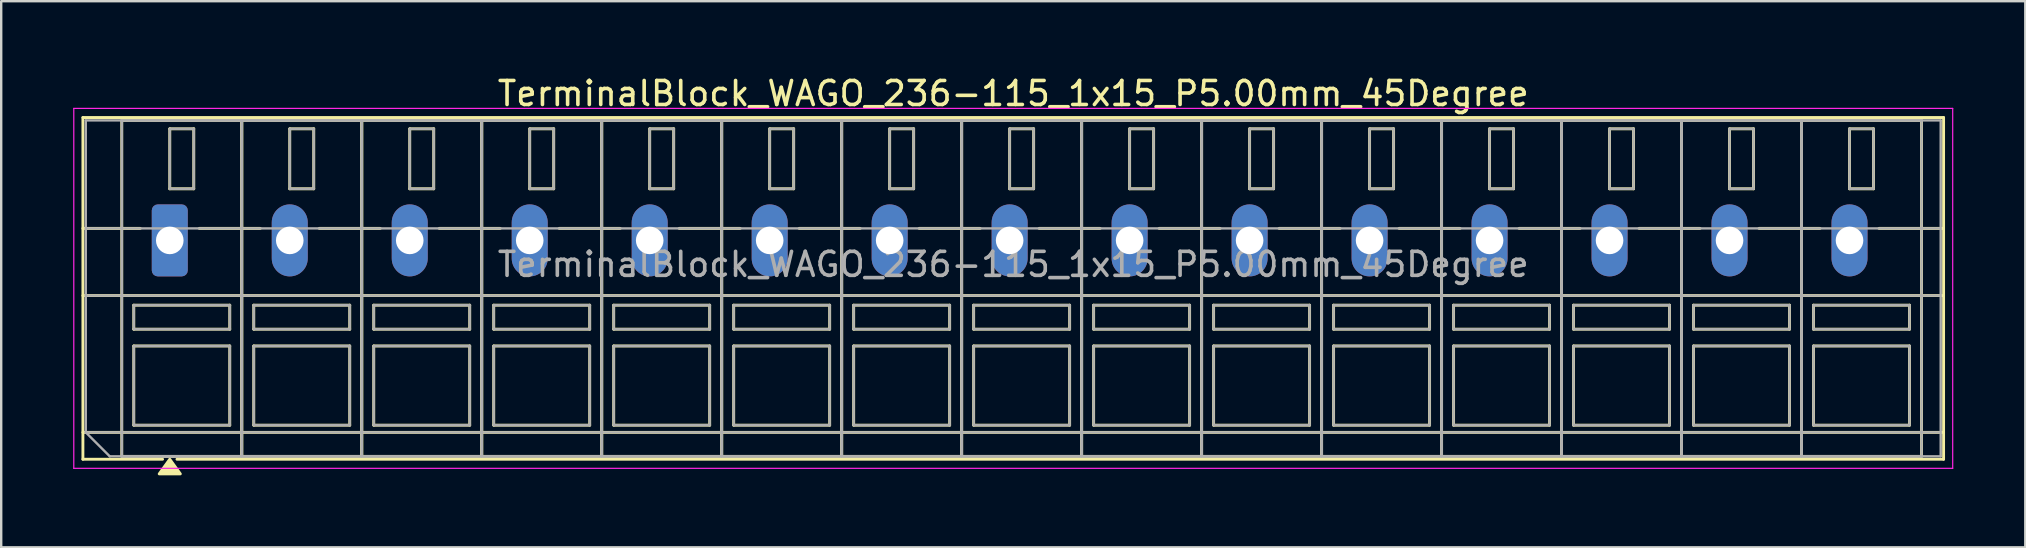
<source format=kicad_pcb>
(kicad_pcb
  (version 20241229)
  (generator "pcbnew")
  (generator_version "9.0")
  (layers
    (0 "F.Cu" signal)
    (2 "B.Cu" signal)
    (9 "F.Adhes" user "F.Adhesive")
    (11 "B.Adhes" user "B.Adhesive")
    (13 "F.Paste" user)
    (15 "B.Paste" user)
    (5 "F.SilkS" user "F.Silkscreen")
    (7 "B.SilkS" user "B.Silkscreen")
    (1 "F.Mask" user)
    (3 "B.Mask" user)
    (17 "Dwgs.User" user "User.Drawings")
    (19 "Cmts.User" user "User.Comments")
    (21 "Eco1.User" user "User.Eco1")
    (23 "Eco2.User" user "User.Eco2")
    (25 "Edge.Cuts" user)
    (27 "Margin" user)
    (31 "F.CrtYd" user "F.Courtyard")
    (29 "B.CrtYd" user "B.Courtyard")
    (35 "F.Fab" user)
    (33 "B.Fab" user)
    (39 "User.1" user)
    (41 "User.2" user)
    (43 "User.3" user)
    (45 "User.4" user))
  (footprint "TerminalBlock_WAGO_236-115_1x15_P5.00mm_45Degree"
    (layer "F.Cu")
    (at 4.025 6.968)
    (property "Reference" "TerminalBlock_WAGO_236-115_1x15_P5.00mm_45Degree" (at 35.15 -6.12 0) (layer "F.SilkS") (effects (font (size 1 1) (thickness 0.15))))
    (attr through_hole)
    (fp_line (start -3.62 -5.12) (end 73.92 -5.12) (stroke (width 0.12) (type solid)) (layer "F.SilkS"))
    (fp_line (start -3.62 -0.5) (end -1.23 -0.5) (stroke (width 0.12) (type solid)) (layer "F.SilkS"))
    (fp_line (start -3.62 2.3) (end 73.92 2.3) (stroke (width 0.12) (type solid)) (layer "F.SilkS"))
    (fp_line (start -3.62 8) (end 73.92 8) (stroke (width 0.12) (type solid)) (layer "F.SilkS"))
    (fp_line (start -3.62 9.12) (end -3.62 -5.12) (stroke (width 0.12) (type solid)) (layer "F.SilkS"))
    (fp_line (start -2 -5) (end 3 -5) (stroke (width 0.12) (type solid)) (layer "F.SilkS"))
    (fp_line (start -2 9) (end -2 -5) (stroke (width 0.12) (type solid)) (layer "F.SilkS"))
    (fp_line (start -1.5 2.7) (end 2.5 2.7) (stroke (width 0.12) (type solid)) (layer "F.SilkS"))
    (fp_line (start -1.5 3.7) (end -1.5 2.7) (stroke (width 0.12) (type solid)) (layer "F.SilkS"))
    (fp_line (start -1.5 4.4) (end 2.5 4.4) (stroke (width 0.12) (type solid)) (layer "F.SilkS"))
    (fp_line (start -1.5 7.7) (end -1.5 4.4) (stroke (width 0.12) (type solid)) (layer "F.SilkS"))
    (fp_line (start -0.3 9.12) (end -3.62 9.12) (stroke (width 0.12) (type solid)) (layer "F.SilkS"))
    (fp_line (start 0 -4.65) (end 1 -4.65) (stroke (width 0.12) (type solid)) (layer "F.SilkS"))
    (fp_line (start 0 -2.15) (end 0 -4.65) (stroke (width 0.12) (type solid)) (layer "F.SilkS"))
    (fp_line (start 1 -4.65) (end 1 -2.15) (stroke (width 0.12) (type solid)) (layer "F.SilkS"))
    (fp_line (start 1 -2.15) (end 0 -2.15) (stroke (width 0.12) (type solid)) (layer "F.SilkS"))
    (fp_line (start 1.23 -0.5) (end 3.77 -0.5) (stroke (width 0.12) (type solid)) (layer "F.SilkS"))
    (fp_line (start 2.5 2.7) (end 2.5 3.7) (stroke (width 0.12) (type solid)) (layer "F.SilkS"))
    (fp_line (start 2.5 3.7) (end -1.5 3.7) (stroke (width 0.12) (type solid)) (layer "F.SilkS"))
    (fp_line (start 2.5 4.4) (end 2.5 7.7) (stroke (width 0.12) (type solid)) (layer "F.SilkS"))
    (fp_line (start 2.5 7.7) (end -1.5 7.7) (stroke (width 0.12) (type solid)) (layer "F.SilkS"))
    (fp_line (start 3 -5) (end 3 9) (stroke (width 0.12) (type solid)) (layer "F.SilkS"))
    (fp_line (start 3 -5) (end 8 -5) (stroke (width 0.12) (type solid)) (layer "F.SilkS"))
    (fp_line (start 3 9) (end -2 9) (stroke (width 0.12) (type solid)) (layer "F.SilkS"))
    (fp_line (start 3 9) (end 3 -5) (stroke (width 0.12) (type solid)) (layer "F.SilkS"))
    (fp_line (start 3.5 2.7) (end 7.5 2.7) (stroke (width 0.12) (type solid)) (layer "F.SilkS"))
    (fp_line (start 3.5 3.7) (end 3.5 2.7) (stroke (width 0.12) (type solid)) (layer "F.SilkS"))
    (fp_line (start 3.5 4.4) (end 7.5 4.4) (stroke (width 0.12) (type solid)) (layer "F.SilkS"))
    (fp_line (start 3.5 7.7) (end 3.5 4.4) (stroke (width 0.12) (type solid)) (layer "F.SilkS"))
    (fp_line (start 5 -4.65) (end 6 -4.65) (stroke (width 0.12) (type solid)) (layer "F.SilkS"))
    (fp_line (start 5 -2.15) (end 5 -4.65) (stroke (width 0.12) (type solid)) (layer "F.SilkS"))
    (fp_line (start 6 -4.65) (end 6 -2.15) (stroke (width 0.12) (type solid)) (layer "F.SilkS"))
    (fp_line (start 6 -2.15) (end 5 -2.15) (stroke (width 0.12) (type solid)) (layer "F.SilkS"))
    (fp_line (start 6.23 -0.5) (end 8.77 -0.5) (stroke (width 0.12) (type solid)) (layer "F.SilkS"))
    (fp_line (start 7.5 2.7) (end 7.5 3.7) (stroke (width 0.12) (type solid)) (layer "F.SilkS"))
    (fp_line (start 7.5 3.7) (end 3.5 3.7) (stroke (width 0.12) (type solid)) (layer "F.SilkS"))
    (fp_line (start 7.5 4.4) (end 7.5 7.7) (stroke (width 0.12) (type solid)) (layer "F.SilkS"))
    (fp_line (start 7.5 7.7) (end 3.5 7.7) (stroke (width 0.12) (type solid)) (layer "F.SilkS"))
    (fp_line (start 8 -5) (end 8 9) (stroke (width 0.12) (type solid)) (layer "F.SilkS"))
    (fp_line (start 8 -5) (end 13 -5) (stroke (width 0.12) (type solid)) (layer "F.SilkS"))
    (fp_line (start 8 9) (end 3 9) (stroke (width 0.12) (type solid)) (layer "F.SilkS"))
    (fp_line (start 8 9) (end 8 -5) (stroke (width 0.12) (type solid)) (layer "F.SilkS"))
    (fp_line (start 8.5 2.7) (end 12.5 2.7) (stroke (width 0.12) (type solid)) (layer "F.SilkS"))
    (fp_line (start 8.5 3.7) (end 8.5 2.7) (stroke (width 0.12) (type solid)) (layer "F.SilkS"))
    (fp_line (start 8.5 4.4) (end 12.5 4.4) (stroke (width 0.12) (type solid)) (layer "F.SilkS"))
    (fp_line (start 8.5 7.7) (end 8.5 4.4) (stroke (width 0.12) (type solid)) (layer "F.SilkS"))
    (fp_line (start 10 -4.65) (end 11 -4.65) (stroke (width 0.12) (type solid)) (layer "F.SilkS"))
    (fp_line (start 10 -2.15) (end 10 -4.65) (stroke (width 0.12) (type solid)) (layer "F.SilkS"))
    (fp_line (start 11 -4.65) (end 11 -2.15) (stroke (width 0.12) (type solid)) (layer "F.SilkS"))
    (fp_line (start 11 -2.15) (end 10 -2.15) (stroke (width 0.12) (type solid)) (layer "F.SilkS"))
    (fp_line (start 11.23 -0.5) (end 13.77 -0.5) (stroke (width 0.12) (type solid)) (layer "F.SilkS"))
    (fp_line (start 12.5 2.7) (end 12.5 3.7) (stroke (width 0.12) (type solid)) (layer "F.SilkS"))
    (fp_line (start 12.5 3.7) (end 8.5 3.7) (stroke (width 0.12) (type solid)) (layer "F.SilkS"))
    (fp_line (start 12.5 4.4) (end 12.5 7.7) (stroke (width 0.12) (type solid)) (layer "F.SilkS"))
    (fp_line (start 12.5 7.7) (end 8.5 7.7) (stroke (width 0.12) (type solid)) (layer "F.SilkS"))
    (fp_line (start 13 -5) (end 13 9) (stroke (width 0.12) (type solid)) (layer "F.SilkS"))
    (fp_line (start 13 -5) (end 18 -5) (stroke (width 0.12) (type solid)) (layer "F.SilkS"))
    (fp_line (start 13 9) (end 8 9) (stroke (width 0.12) (type solid)) (layer "F.SilkS"))
    (fp_line (start 13 9) (end 13 -5) (stroke (width 0.12) (type solid)) (layer "F.SilkS"))
    (fp_line (start 13.5 2.7) (end 17.5 2.7) (stroke (width 0.12) (type solid)) (layer "F.SilkS"))
    (fp_line (start 13.5 3.7) (end 13.5 2.7) (stroke (width 0.12) (type solid)) (layer "F.SilkS"))
    (fp_line (start 13.5 4.4) (end 17.5 4.4) (stroke (width 0.12) (type solid)) (layer "F.SilkS"))
    (fp_line (start 13.5 7.7) (end 13.5 4.4) (stroke (width 0.12) (type solid)) (layer "F.SilkS"))
    (fp_line (start 15 -4.65) (end 16 -4.65) (stroke (width 0.12) (type solid)) (layer "F.SilkS"))
    (fp_line (start 15 -2.15) (end 15 -4.65) (stroke (width 0.12) (type solid)) (layer "F.SilkS"))
    (fp_line (start 16 -4.65) (end 16 -2.15) (stroke (width 0.12) (type solid)) (layer "F.SilkS"))
    (fp_line (start 16 -2.15) (end 15 -2.15) (stroke (width 0.12) (type solid)) (layer "F.SilkS"))
    (fp_line (start 16.23 -0.5) (end 18.77 -0.5) (stroke (width 0.12) (type solid)) (layer "F.SilkS"))
    (fp_line (start 17.5 2.7) (end 17.5 3.7) (stroke (width 0.12) (type solid)) (layer "F.SilkS"))
    (fp_line (start 17.5 3.7) (end 13.5 3.7) (stroke (width 0.12) (type solid)) (layer "F.SilkS"))
    (fp_line (start 17.5 4.4) (end 17.5 7.7) (stroke (width 0.12) (type solid)) (layer "F.SilkS"))
    (fp_line (start 17.5 7.7) (end 13.5 7.7) (stroke (width 0.12) (type solid)) (layer "F.SilkS"))
    (fp_line (start 18 -5) (end 18 9) (stroke (width 0.12) (type solid)) (layer "F.SilkS"))
    (fp_line (start 18 -5) (end 23 -5) (stroke (width 0.12) (type solid)) (layer "F.SilkS"))
    (fp_line (start 18 9) (end 13 9) (stroke (width 0.12) (type solid)) (layer "F.SilkS"))
    (fp_line (start 18 9) (end 18 -5) (stroke (width 0.12) (type solid)) (layer "F.SilkS"))
    (fp_line (start 18.5 2.7) (end 22.5 2.7) (stroke (width 0.12) (type solid)) (layer "F.SilkS"))
    (fp_line (start 18.5 3.7) (end 18.5 2.7) (stroke (width 0.12) (type solid)) (layer "F.SilkS"))
    (fp_line (start 18.5 4.4) (end 22.5 4.4) (stroke (width 0.12) (type solid)) (layer "F.SilkS"))
    (fp_line (start 18.5 7.7) (end 18.5 4.4) (stroke (width 0.12) (type solid)) (layer "F.SilkS"))
    (fp_line (start 20 -4.65) (end 21 -4.65) (stroke (width 0.12) (type solid)) (layer "F.SilkS"))
    (fp_line (start 20 -2.15) (end 20 -4.65) (stroke (width 0.12) (type solid)) (layer "F.SilkS"))
    (fp_line (start 21 -4.65) (end 21 -2.15) (stroke (width 0.12) (type solid)) (layer "F.SilkS"))
    (fp_line (start 21 -2.15) (end 20 -2.15) (stroke (width 0.12) (type solid)) (layer "F.SilkS"))
    (fp_line (start 21.23 -0.5) (end 23.77 -0.5) (stroke (width 0.12) (type solid)) (layer "F.SilkS"))
    (fp_line (start 22.5 2.7) (end 22.5 3.7) (stroke (width 0.12) (type solid)) (layer "F.SilkS"))
    (fp_line (start 22.5 3.7) (end 18.5 3.7) (stroke (width 0.12) (type solid)) (layer "F.SilkS"))
    (fp_line (start 22.5 4.4) (end 22.5 7.7) (stroke (width 0.12) (type solid)) (layer "F.SilkS"))
    (fp_line (start 22.5 7.7) (end 18.5 7.7) (stroke (width 0.12) (type solid)) (layer "F.SilkS"))
    (fp_line (start 23 -5) (end 23 9) (stroke (width 0.12) (type solid)) (layer "F.SilkS"))
    (fp_line (start 23 -5) (end 28 -5) (stroke (width 0.12) (type solid)) (layer "F.SilkS"))
    (fp_line (start 23 9) (end 18 9) (stroke (width 0.12) (type solid)) (layer "F.SilkS"))
    (fp_line (start 23 9) (end 23 -5) (stroke (width 0.12) (type solid)) (layer "F.SilkS"))
    (fp_line (start 23.5 2.7) (end 27.5 2.7) (stroke (width 0.12) (type solid)) (layer "F.SilkS"))
    (fp_line (start 23.5 3.7) (end 23.5 2.7) (stroke (width 0.12) (type solid)) (layer "F.SilkS"))
    (fp_line (start 23.5 4.4) (end 27.5 4.4) (stroke (width 0.12) (type solid)) (layer "F.SilkS"))
    (fp_line (start 23.5 7.7) (end 23.5 4.4) (stroke (width 0.12) (type solid)) (layer "F.SilkS"))
    (fp_line (start 25 -4.65) (end 26 -4.65) (stroke (width 0.12) (type solid)) (layer "F.SilkS"))
    (fp_line (start 25 -2.15) (end 25 -4.65) (stroke (width 0.12) (type solid)) (layer "F.SilkS"))
    (fp_line (start 26 -4.65) (end 26 -2.15) (stroke (width 0.12) (type solid)) (layer "F.SilkS"))
    (fp_line (start 26 -2.15) (end 25 -2.15) (stroke (width 0.12) (type solid)) (layer "F.SilkS"))
    (fp_line (start 26.23 -0.5) (end 28.77 -0.5) (stroke (width 0.12) (type solid)) (layer "F.SilkS"))
    (fp_line (start 27.5 2.7) (end 27.5 3.7) (stroke (width 0.12) (type solid)) (layer "F.SilkS"))
    (fp_line (start 27.5 3.7) (end 23.5 3.7) (stroke (width 0.12) (type solid)) (layer "F.SilkS"))
    (fp_line (start 27.5 4.4) (end 27.5 7.7) (stroke (width 0.12) (type solid)) (layer "F.SilkS"))
    (fp_line (start 27.5 7.7) (end 23.5 7.7) (stroke (width 0.12) (type solid)) (layer "F.SilkS"))
    (fp_line (start 28 -5) (end 28 9) (stroke (width 0.12) (type solid)) (layer "F.SilkS"))
    (fp_line (start 28 -5) (end 33 -5) (stroke (width 0.12) (type solid)) (layer "F.SilkS"))
    (fp_line (start 28 9) (end 23 9) (stroke (width 0.12) (type solid)) (layer "F.SilkS"))
    (fp_line (start 28 9) (end 28 -5) (stroke (width 0.12) (type solid)) (layer "F.SilkS"))
    (fp_line (start 28.5 2.7) (end 32.5 2.7) (stroke (width 0.12) (type solid)) (layer "F.SilkS"))
    (fp_line (start 28.5 3.7) (end 28.5 2.7) (stroke (width 0.12) (type solid)) (layer "F.SilkS"))
    (fp_line (start 28.5 4.4) (end 32.5 4.4) (stroke (width 0.12) (type solid)) (layer "F.SilkS"))
    (fp_line (start 28.5 7.7) (end 28.5 4.4) (stroke (width 0.12) (type solid)) (layer "F.SilkS"))
    (fp_line (start 30 -4.65) (end 31 -4.65) (stroke (width 0.12) (type solid)) (layer "F.SilkS"))
    (fp_line (start 30 -2.15) (end 30 -4.65) (stroke (width 0.12) (type solid)) (layer "F.SilkS"))
    (fp_line (start 31 -4.65) (end 31 -2.15) (stroke (width 0.12) (type solid)) (layer "F.SilkS"))
    (fp_line (start 31 -2.15) (end 30 -2.15) (stroke (width 0.12) (type solid)) (layer "F.SilkS"))
    (fp_line (start 31.23 -0.5) (end 33.77 -0.5) (stroke (width 0.12) (type solid)) (layer "F.SilkS"))
    (fp_line (start 32.5 2.7) (end 32.5 3.7) (stroke (width 0.12) (type solid)) (layer "F.SilkS"))
    (fp_line (start 32.5 3.7) (end 28.5 3.7) (stroke (width 0.12) (type solid)) (layer "F.SilkS"))
    (fp_line (start 32.5 4.4) (end 32.5 7.7) (stroke (width 0.12) (type solid)) (layer "F.SilkS"))
    (fp_line (start 32.5 7.7) (end 28.5 7.7) (stroke (width 0.12) (type solid)) (layer "F.SilkS"))
    (fp_line (start 33 -5) (end 33 9) (stroke (width 0.12) (type solid)) (layer "F.SilkS"))
    (fp_line (start 33 -5) (end 38 -5) (stroke (width 0.12) (type solid)) (layer "F.SilkS"))
    (fp_line (start 33 9) (end 28 9) (stroke (width 0.12) (type solid)) (layer "F.SilkS"))
    (fp_line (start 33 9) (end 33 -5) (stroke (width 0.12) (type solid)) (layer "F.SilkS"))
    (fp_line (start 33.5 2.7) (end 37.5 2.7) (stroke (width 0.12) (type solid)) (layer "F.SilkS"))
    (fp_line (start 33.5 3.7) (end 33.5 2.7) (stroke (width 0.12) (type solid)) (layer "F.SilkS"))
    (fp_line (start 33.5 4.4) (end 37.5 4.4) (stroke (width 0.12) (type solid)) (layer "F.SilkS"))
    (fp_line (start 33.5 7.7) (end 33.5 4.4) (stroke (width 0.12) (type solid)) (layer "F.SilkS"))
    (fp_line (start 35 -4.65) (end 36 -4.65) (stroke (width 0.12) (type solid)) (layer "F.SilkS"))
    (fp_line (start 35 -2.15) (end 35 -4.65) (stroke (width 0.12) (type solid)) (layer "F.SilkS"))
    (fp_line (start 36 -4.65) (end 36 -2.15) (stroke (width 0.12) (type solid)) (layer "F.SilkS"))
    (fp_line (start 36 -2.15) (end 35 -2.15) (stroke (width 0.12) (type solid)) (layer "F.SilkS"))
    (fp_line (start 36.23 -0.5) (end 38.77 -0.5) (stroke (width 0.12) (type solid)) (layer "F.SilkS"))
    (fp_line (start 37.5 2.7) (end 37.5 3.7) (stroke (width 0.12) (type solid)) (layer "F.SilkS"))
    (fp_line (start 37.5 3.7) (end 33.5 3.7) (stroke (width 0.12) (type solid)) (layer "F.SilkS"))
    (fp_line (start 37.5 4.4) (end 37.5 7.7) (stroke (width 0.12) (type solid)) (layer "F.SilkS"))
    (fp_line (start 37.5 7.7) (end 33.5 7.7) (stroke (width 0.12) (type solid)) (layer "F.SilkS"))
    (fp_line (start 38 -5) (end 38 9) (stroke (width 0.12) (type solid)) (layer "F.SilkS"))
    (fp_line (start 38 -5) (end 43 -5) (stroke (width 0.12) (type solid)) (layer "F.SilkS"))
    (fp_line (start 38 9) (end 33 9) (stroke (width 0.12) (type solid)) (layer "F.SilkS"))
    (fp_line (start 38 9) (end 38 -5) (stroke (width 0.12) (type solid)) (layer "F.SilkS"))
    (fp_line (start 38.5 2.7) (end 42.5 2.7) (stroke (width 0.12) (type solid)) (layer "F.SilkS"))
    (fp_line (start 38.5 3.7) (end 38.5 2.7) (stroke (width 0.12) (type solid)) (layer "F.SilkS"))
    (fp_line (start 38.5 4.4) (end 42.5 4.4) (stroke (width 0.12) (type solid)) (layer "F.SilkS"))
    (fp_line (start 38.5 7.7) (end 38.5 4.4) (stroke (width 0.12) (type solid)) (layer "F.SilkS"))
    (fp_line (start 40 -4.65) (end 41 -4.65) (stroke (width 0.12) (type solid)) (layer "F.SilkS"))
    (fp_line (start 40 -2.15) (end 40 -4.65) (stroke (width 0.12) (type solid)) (layer "F.SilkS"))
    (fp_line (start 41 -4.65) (end 41 -2.15) (stroke (width 0.12) (type solid)) (layer "F.SilkS"))
    (fp_line (start 41 -2.15) (end 40 -2.15) (stroke (width 0.12) (type solid)) (layer "F.SilkS"))
    (fp_line (start 41.23 -0.5) (end 43.77 -0.5) (stroke (width 0.12) (type solid)) (layer "F.SilkS"))
    (fp_line (start 42.5 2.7) (end 42.5 3.7) (stroke (width 0.12) (type solid)) (layer "F.SilkS"))
    (fp_line (start 42.5 3.7) (end 38.5 3.7) (stroke (width 0.12) (type solid)) (layer "F.SilkS"))
    (fp_line (start 42.5 4.4) (end 42.5 7.7) (stroke (width 0.12) (type solid)) (layer "F.SilkS"))
    (fp_line (start 42.5 7.7) (end 38.5 7.7) (stroke (width 0.12) (type solid)) (layer "F.SilkS"))
    (fp_line (start 43 -5) (end 43 9) (stroke (width 0.12) (type solid)) (layer "F.SilkS"))
    (fp_line (start 43 -5) (end 48 -5) (stroke (width 0.12) (type solid)) (layer "F.SilkS"))
    (fp_line (start 43 9) (end 38 9) (stroke (width 0.12) (type solid)) (layer "F.SilkS"))
    (fp_line (start 43 9) (end 43 -5) (stroke (width 0.12) (type solid)) (layer "F.SilkS"))
    (fp_line (start 43.5 2.7) (end 47.5 2.7) (stroke (width 0.12) (type solid)) (layer "F.SilkS"))
    (fp_line (start 43.5 3.7) (end 43.5 2.7) (stroke (width 0.12) (type solid)) (layer "F.SilkS"))
    (fp_line (start 43.5 4.4) (end 47.5 4.4) (stroke (width 0.12) (type solid)) (layer "F.SilkS"))
    (fp_line (start 43.5 7.7) (end 43.5 4.4) (stroke (width 0.12) (type solid)) (layer "F.SilkS"))
    (fp_line (start 45 -4.65) (end 46 -4.65) (stroke (width 0.12) (type solid)) (layer "F.SilkS"))
    (fp_line (start 45 -2.15) (end 45 -4.65) (stroke (width 0.12) (type solid)) (layer "F.SilkS"))
    (fp_line (start 46 -4.65) (end 46 -2.15) (stroke (width 0.12) (type solid)) (layer "F.SilkS"))
    (fp_line (start 46 -2.15) (end 45 -2.15) (stroke (width 0.12) (type solid)) (layer "F.SilkS"))
    (fp_line (start 46.23 -0.5) (end 48.77 -0.5) (stroke (width 0.12) (type solid)) (layer "F.SilkS"))
    (fp_line (start 47.5 2.7) (end 47.5 3.7) (stroke (width 0.12) (type solid)) (layer "F.SilkS"))
    (fp_line (start 47.5 3.7) (end 43.5 3.7) (stroke (width 0.12) (type solid)) (layer "F.SilkS"))
    (fp_line (start 47.5 4.4) (end 47.5 7.7) (stroke (width 0.12) (type solid)) (layer "F.SilkS"))
    (fp_line (start 47.5 7.7) (end 43.5 7.7) (stroke (width 0.12) (type solid)) (layer "F.SilkS"))
    (fp_line (start 48 -5) (end 48 9) (stroke (width 0.12) (type solid)) (layer "F.SilkS"))
    (fp_line (start 48 -5) (end 53 -5) (stroke (width 0.12) (type solid)) (layer "F.SilkS"))
    (fp_line (start 48 9) (end 43 9) (stroke (width 0.12) (type solid)) (layer "F.SilkS"))
    (fp_line (start 48 9) (end 48 -5) (stroke (width 0.12) (type solid)) (layer "F.SilkS"))
    (fp_line (start 48.5 2.7) (end 52.5 2.7) (stroke (width 0.12) (type solid)) (layer "F.SilkS"))
    (fp_line (start 48.5 3.7) (end 48.5 2.7) (stroke (width 0.12) (type solid)) (layer "F.SilkS"))
    (fp_line (start 48.5 4.4) (end 52.5 4.4) (stroke (width 0.12) (type solid)) (layer "F.SilkS"))
    (fp_line (start 48.5 7.7) (end 48.5 4.4) (stroke (width 0.12) (type solid)) (layer "F.SilkS"))
    (fp_line (start 50 -4.65) (end 51 -4.65) (stroke (width 0.12) (type solid)) (layer "F.SilkS"))
    (fp_line (start 50 -2.15) (end 50 -4.65) (stroke (width 0.12) (type solid)) (layer "F.SilkS"))
    (fp_line (start 51 -4.65) (end 51 -2.15) (stroke (width 0.12) (type solid)) (layer "F.SilkS"))
    (fp_line (start 51 -2.15) (end 50 -2.15) (stroke (width 0.12) (type solid)) (layer "F.SilkS"))
    (fp_line (start 51.23 -0.5) (end 53.77 -0.5) (stroke (width 0.12) (type solid)) (layer "F.SilkS"))
    (fp_line (start 52.5 2.7) (end 52.5 3.7) (stroke (width 0.12) (type solid)) (layer "F.SilkS"))
    (fp_line (start 52.5 3.7) (end 48.5 3.7) (stroke (width 0.12) (type solid)) (layer "F.SilkS"))
    (fp_line (start 52.5 4.4) (end 52.5 7.7) (stroke (width 0.12) (type solid)) (layer "F.SilkS"))
    (fp_line (start 52.5 7.7) (end 48.5 7.7) (stroke (width 0.12) (type solid)) (layer "F.SilkS"))
    (fp_line (start 53 -5) (end 53 9) (stroke (width 0.12) (type solid)) (layer "F.SilkS"))
    (fp_line (start 53 -5) (end 58 -5) (stroke (width 0.12) (type solid)) (layer "F.SilkS"))
    (fp_line (start 53 9) (end 48 9) (stroke (width 0.12) (type solid)) (layer "F.SilkS"))
    (fp_line (start 53 9) (end 53 -5) (stroke (width 0.12) (type solid)) (layer "F.SilkS"))
    (fp_line (start 53.5 2.7) (end 57.5 2.7) (stroke (width 0.12) (type solid)) (layer "F.SilkS"))
    (fp_line (start 53.5 3.7) (end 53.5 2.7) (stroke (width 0.12) (type solid)) (layer "F.SilkS"))
    (fp_line (start 53.5 4.4) (end 57.5 4.4) (stroke (width 0.12) (type solid)) (layer "F.SilkS"))
    (fp_line (start 53.5 7.7) (end 53.5 4.4) (stroke (width 0.12) (type solid)) (layer "F.SilkS"))
    (fp_line (start 55 -4.65) (end 56 -4.65) (stroke (width 0.12) (type solid)) (layer "F.SilkS"))
    (fp_line (start 55 -2.15) (end 55 -4.65) (stroke (width 0.12) (type solid)) (layer "F.SilkS"))
    (fp_line (start 56 -4.65) (end 56 -2.15) (stroke (width 0.12) (type solid)) (layer "F.SilkS"))
    (fp_line (start 56 -2.15) (end 55 -2.15) (stroke (width 0.12) (type solid)) (layer "F.SilkS"))
    (fp_line (start 56.23 -0.5) (end 58.77 -0.5) (stroke (width 0.12) (type solid)) (layer "F.SilkS"))
    (fp_line (start 57.5 2.7) (end 57.5 3.7) (stroke (width 0.12) (type solid)) (layer "F.SilkS"))
    (fp_line (start 57.5 3.7) (end 53.5 3.7) (stroke (width 0.12) (type solid)) (layer "F.SilkS"))
    (fp_line (start 57.5 4.4) (end 57.5 7.7) (stroke (width 0.12) (type solid)) (layer "F.SilkS"))
    (fp_line (start 57.5 7.7) (end 53.5 7.7) (stroke (width 0.12) (type solid)) (layer "F.SilkS"))
    (fp_line (start 58 -5) (end 58 9) (stroke (width 0.12) (type solid)) (layer "F.SilkS"))
    (fp_line (start 58 -5) (end 63 -5) (stroke (width 0.12) (type solid)) (layer "F.SilkS"))
    (fp_line (start 58 9) (end 53 9) (stroke (width 0.12) (type solid)) (layer "F.SilkS"))
    (fp_line (start 58 9) (end 58 -5) (stroke (width 0.12) (type solid)) (layer "F.SilkS"))
    (fp_line (start 58.5 2.7) (end 62.5 2.7) (stroke (width 0.12) (type solid)) (layer "F.SilkS"))
    (fp_line (start 58.5 3.7) (end 58.5 2.7) (stroke (width 0.12) (type solid)) (layer "F.SilkS"))
    (fp_line (start 58.5 4.4) (end 62.5 4.4) (stroke (width 0.12) (type solid)) (layer "F.SilkS"))
    (fp_line (start 58.5 7.7) (end 58.5 4.4) (stroke (width 0.12) (type solid)) (layer "F.SilkS"))
    (fp_line (start 60 -4.65) (end 61 -4.65) (stroke (width 0.12) (type solid)) (layer "F.SilkS"))
    (fp_line (start 60 -2.15) (end 60 -4.65) (stroke (width 0.12) (type solid)) (layer "F.SilkS"))
    (fp_line (start 61 -4.65) (end 61 -2.15) (stroke (width 0.12) (type solid)) (layer "F.SilkS"))
    (fp_line (start 61 -2.15) (end 60 -2.15) (stroke (width 0.12) (type solid)) (layer "F.SilkS"))
    (fp_line (start 61.23 -0.5) (end 63.77 -0.5) (stroke (width 0.12) (type solid)) (layer "F.SilkS"))
    (fp_line (start 62.5 2.7) (end 62.5 3.7) (stroke (width 0.12) (type solid)) (layer "F.SilkS"))
    (fp_line (start 62.5 3.7) (end 58.5 3.7) (stroke (width 0.12) (type solid)) (layer "F.SilkS"))
    (fp_line (start 62.5 4.4) (end 62.5 7.7) (stroke (width 0.12) (type solid)) (layer "F.SilkS"))
    (fp_line (start 62.5 7.7) (end 58.5 7.7) (stroke (width 0.12) (type solid)) (layer "F.SilkS"))
    (fp_line (start 63 -5) (end 63 9) (stroke (width 0.12) (type solid)) (layer "F.SilkS"))
    (fp_line (start 63 -5) (end 68 -5) (stroke (width 0.12) (type solid)) (layer "F.SilkS"))
    (fp_line (start 63 9) (end 58 9) (stroke (width 0.12) (type solid)) (layer "F.SilkS"))
    (fp_line (start 63 9) (end 63 -5) (stroke (width 0.12) (type solid)) (layer "F.SilkS"))
    (fp_line (start 63.5 2.7) (end 67.5 2.7) (stroke (width 0.12) (type solid)) (layer "F.SilkS"))
    (fp_line (start 63.5 3.7) (end 63.5 2.7) (stroke (width 0.12) (type solid)) (layer "F.SilkS"))
    (fp_line (start 63.5 4.4) (end 67.5 4.4) (stroke (width 0.12) (type solid)) (layer "F.SilkS"))
    (fp_line (start 63.5 7.7) (end 63.5 4.4) (stroke (width 0.12) (type solid)) (layer "F.SilkS"))
    (fp_line (start 65 -4.65) (end 66 -4.65) (stroke (width 0.12) (type solid)) (layer "F.SilkS"))
    (fp_line (start 65 -2.15) (end 65 -4.65) (stroke (width 0.12) (type solid)) (layer "F.SilkS"))
    (fp_line (start 66 -4.65) (end 66 -2.15) (stroke (width 0.12) (type solid)) (layer "F.SilkS"))
    (fp_line (start 66 -2.15) (end 65 -2.15) (stroke (width 0.12) (type solid)) (layer "F.SilkS"))
    (fp_line (start 66.23 -0.5) (end 68.77 -0.5) (stroke (width 0.12) (type solid)) (layer "F.SilkS"))
    (fp_line (start 67.5 2.7) (end 67.5 3.7) (stroke (width 0.12) (type solid)) (layer "F.SilkS"))
    (fp_line (start 67.5 3.7) (end 63.5 3.7) (stroke (width 0.12) (type solid)) (layer "F.SilkS"))
    (fp_line (start 67.5 4.4) (end 67.5 7.7) (stroke (width 0.12) (type solid)) (layer "F.SilkS"))
    (fp_line (start 67.5 7.7) (end 63.5 7.7) (stroke (width 0.12) (type solid)) (layer "F.SilkS"))
    (fp_line (start 68 -5) (end 68 9) (stroke (width 0.12) (type solid)) (layer "F.SilkS"))
    (fp_line (start 68 -5) (end 73 -5) (stroke (width 0.12) (type solid)) (layer "F.SilkS"))
    (fp_line (start 68 9) (end 63 9) (stroke (width 0.12) (type solid)) (layer "F.SilkS"))
    (fp_line (start 68 9) (end 68 -5) (stroke (width 0.12) (type solid)) (layer "F.SilkS"))
    (fp_line (start 68.5 2.7) (end 72.5 2.7) (stroke (width 0.12) (type solid)) (layer "F.SilkS"))
    (fp_line (start 68.5 3.7) (end 68.5 2.7) (stroke (width 0.12) (type solid)) (layer "F.SilkS"))
    (fp_line (start 68.5 4.4) (end 72.5 4.4) (stroke (width 0.12) (type solid)) (layer "F.SilkS"))
    (fp_line (start 68.5 7.7) (end 68.5 4.4) (stroke (width 0.12) (type solid)) (layer "F.SilkS"))
    (fp_line (start 70 -4.65) (end 71 -4.65) (stroke (width 0.12) (type solid)) (layer "F.SilkS"))
    (fp_line (start 70 -2.15) (end 70 -4.65) (stroke (width 0.12) (type solid)) (layer "F.SilkS"))
    (fp_line (start 71 -4.65) (end 71 -2.15) (stroke (width 0.12) (type solid)) (layer "F.SilkS"))
    (fp_line (start 71 -2.15) (end 70 -2.15) (stroke (width 0.12) (type solid)) (layer "F.SilkS"))
    (fp_line (start 71.23 -0.5) (end 73.92 -0.5) (stroke (width 0.12) (type solid)) (layer "F.SilkS"))
    (fp_line (start 72.5 2.7) (end 72.5 3.7) (stroke (width 0.12) (type solid)) (layer "F.SilkS"))
    (fp_line (start 72.5 3.7) (end 68.5 3.7) (stroke (width 0.12) (type solid)) (layer "F.SilkS"))
    (fp_line (start 72.5 4.4) (end 72.5 7.7) (stroke (width 0.12) (type solid)) (layer "F.SilkS"))
    (fp_line (start 72.5 7.7) (end 68.5 7.7) (stroke (width 0.12) (type solid)) (layer "F.SilkS"))
    (fp_line (start 73 -5) (end 73 9) (stroke (width 0.12) (type solid)) (layer "F.SilkS"))
    (fp_line (start 73 9) (end 68 9) (stroke (width 0.12) (type solid)) (layer "F.SilkS"))
    (fp_line (start 73.92 -5.12) (end 73.92 9.12) (stroke (width 0.12) (type solid)) (layer "F.SilkS"))
    (fp_line (start 73.92 9.12) (end 0.3 9.12) (stroke (width 0.12) (type solid)) (layer "F.SilkS"))
    (fp_poly (pts (xy 0 9.12) (xy 0.44 9.73) (xy -0.44 9.73)) (stroke (width 0.12) (type solid)) (fill yes) (layer "F.SilkS"))
    (fp_line (start -4 -5.5) (end -4 9.5) (stroke (width 0.05) (type solid)) (layer "F.CrtYd"))
    (fp_line (start -4 9.5) (end 74.3 9.5) (stroke (width 0.05) (type solid)) (layer "F.CrtYd"))
    (fp_line (start 74.3 -5.5) (end -4 -5.5) (stroke (width 0.05) (type solid)) (layer "F.CrtYd"))
    (fp_line (start 74.3 9.5) (end 74.3 -5.5) (stroke (width 0.05) (type solid)) (layer "F.CrtYd"))
    (fp_line (start -3.5 -5) (end 73.8 -5) (stroke (width 0.1) (type solid)) (layer "F.Fab"))
    (fp_line (start -3.5 -0.5) (end 73.8 -0.5) (stroke (width 0.1) (type solid)) (layer "F.Fab"))
    (fp_line (start -3.5 2.3) (end 73.8 2.3) (stroke (width 0.1) (type solid)) (layer "F.Fab"))
    (fp_line (start -3.5 8) (end -3.5 -5) (stroke (width 0.1) (type solid)) (layer "F.Fab"))
    (fp_line (start -3.5 8) (end 73.8 8) (stroke (width 0.1) (type solid)) (layer "F.Fab"))
    (fp_line (start -2.5 9) (end -3.5 8) (stroke (width 0.1) (type solid)) (layer "F.Fab"))
    (fp_line (start -2 -5) (end -2 9) (stroke (width 0.1) (type solid)) (layer "F.Fab"))
    (fp_line (start -2 9) (end 3 9) (stroke (width 0.1) (type solid)) (layer "F.Fab"))
    (fp_line (start -1.5 2.7) (end -1.5 3.7) (stroke (width 0.1) (type solid)) (layer "F.Fab"))
    (fp_line (start -1.5 3.7) (end 2.5 3.7) (stroke (width 0.1) (type solid)) (layer "F.Fab"))
    (fp_line (start -1.5 4.4) (end -1.5 7.7) (stroke (width 0.1) (type solid)) (layer "F.Fab"))
    (fp_line (start -1.5 7.7) (end 2.5 7.7) (stroke (width 0.1) (type solid)) (layer "F.Fab"))
    (fp_line (start 0 -4.65) (end 0 -2.15) (stroke (width 0.1) (type solid)) (layer "F.Fab"))
    (fp_line (start 0 -2.15) (end 1 -2.15) (stroke (width 0.1) (type solid)) (layer "F.Fab"))
    (fp_line (start 1 -4.65) (end 0 -4.65) (stroke (width 0.1) (type solid)) (layer "F.Fab"))
    (fp_line (start 1 -2.15) (end 1 -4.65) (stroke (width 0.1) (type solid)) (layer "F.Fab"))
    (fp_line (start 2.5 2.7) (end -1.5 2.7) (stroke (width 0.1) (type solid)) (layer "F.Fab"))
    (fp_line (start 2.5 3.7) (end 2.5 2.7) (stroke (width 0.1) (type solid)) (layer "F.Fab"))
    (fp_line (start 2.5 4.4) (end -1.5 4.4) (stroke (width 0.1) (type solid)) (layer "F.Fab"))
    (fp_line (start 2.5 7.7) (end 2.5 4.4) (stroke (width 0.1) (type solid)) (layer "F.Fab"))
    (fp_line (start 3 -5) (end -2 -5) (stroke (width 0.1) (type solid)) (layer "F.Fab"))
    (fp_line (start 3 -5) (end 3 9) (stroke (width 0.1) (type solid)) (layer "F.Fab"))
    (fp_line (start 3 9) (end 3 -5) (stroke (width 0.1) (type solid)) (layer "F.Fab"))
    (fp_line (start 3 9) (end 8 9) (stroke (width 0.1) (type solid)) (layer "F.Fab"))
    (fp_line (start 3.5 2.7) (end 3.5 3.7) (stroke (width 0.1) (type solid)) (layer "F.Fab"))
    (fp_line (start 3.5 3.7) (end 7.5 3.7) (stroke (width 0.1) (type solid)) (layer "F.Fab"))
    (fp_line (start 3.5 4.4) (end 3.5 7.7) (stroke (width 0.1) (type solid)) (layer "F.Fab"))
    (fp_line (start 3.5 7.7) (end 7.5 7.7) (stroke (width 0.1) (type solid)) (layer "F.Fab"))
    (fp_line (start 5 -4.65) (end 5 -2.15) (stroke (width 0.1) (type solid)) (layer "F.Fab"))
    (fp_line (start 5 -2.15) (end 6 -2.15) (stroke (width 0.1) (type solid)) (layer "F.Fab"))
    (fp_line (start 6 -4.65) (end 5 -4.65) (stroke (width 0.1) (type solid)) (layer "F.Fab"))
    (fp_line (start 6 -2.15) (end 6 -4.65) (stroke (width 0.1) (type solid)) (layer "F.Fab"))
    (fp_line (start 7.5 2.7) (end 3.5 2.7) (stroke (width 0.1) (type solid)) (layer "F.Fab"))
    (fp_line (start 7.5 3.7) (end 7.5 2.7) (stroke (width 0.1) (type solid)) (layer "F.Fab"))
    (fp_line (start 7.5 4.4) (end 3.5 4.4) (stroke (width 0.1) (type solid)) (layer "F.Fab"))
    (fp_line (start 7.5 7.7) (end 7.5 4.4) (stroke (width 0.1) (type solid)) (layer "F.Fab"))
    (fp_line (start 8 -5) (end 3 -5) (stroke (width 0.1) (type solid)) (layer "F.Fab"))
    (fp_line (start 8 -5) (end 8 9) (stroke (width 0.1) (type solid)) (layer "F.Fab"))
    (fp_line (start 8 9) (end 8 -5) (stroke (width 0.1) (type solid)) (layer "F.Fab"))
    (fp_line (start 8 9) (end 13 9) (stroke (width 0.1) (type solid)) (layer "F.Fab"))
    (fp_line (start 8.5 2.7) (end 8.5 3.7) (stroke (width 0.1) (type solid)) (layer "F.Fab"))
    (fp_line (start 8.5 3.7) (end 12.5 3.7) (stroke (width 0.1) (type solid)) (layer "F.Fab"))
    (fp_line (start 8.5 4.4) (end 8.5 7.7) (stroke (width 0.1) (type solid)) (layer "F.Fab"))
    (fp_line (start 8.5 7.7) (end 12.5 7.7) (stroke (width 0.1) (type solid)) (layer "F.Fab"))
    (fp_line (start 10 -4.65) (end 10 -2.15) (stroke (width 0.1) (type solid)) (layer "F.Fab"))
    (fp_line (start 10 -2.15) (end 11 -2.15) (stroke (width 0.1) (type solid)) (layer "F.Fab"))
    (fp_line (start 11 -4.65) (end 10 -4.65) (stroke (width 0.1) (type solid)) (layer "F.Fab"))
    (fp_line (start 11 -2.15) (end 11 -4.65) (stroke (width 0.1) (type solid)) (layer "F.Fab"))
    (fp_line (start 12.5 2.7) (end 8.5 2.7) (stroke (width 0.1) (type solid)) (layer "F.Fab"))
    (fp_line (start 12.5 3.7) (end 12.5 2.7) (stroke (width 0.1) (type solid)) (layer "F.Fab"))
    (fp_line (start 12.5 4.4) (end 8.5 4.4) (stroke (width 0.1) (type solid)) (layer "F.Fab"))
    (fp_line (start 12.5 7.7) (end 12.5 4.4) (stroke (width 0.1) (type solid)) (layer "F.Fab"))
    (fp_line (start 13 -5) (end 8 -5) (stroke (width 0.1) (type solid)) (layer "F.Fab"))
    (fp_line (start 13 -5) (end 13 9) (stroke (width 0.1) (type solid)) (layer "F.Fab"))
    (fp_line (start 13 9) (end 13 -5) (stroke (width 0.1) (type solid)) (layer "F.Fab"))
    (fp_line (start 13 9) (end 18 9) (stroke (width 0.1) (type solid)) (layer "F.Fab"))
    (fp_line (start 13.5 2.7) (end 13.5 3.7) (stroke (width 0.1) (type solid)) (layer "F.Fab"))
    (fp_line (start 13.5 3.7) (end 17.5 3.7) (stroke (width 0.1) (type solid)) (layer "F.Fab"))
    (fp_line (start 13.5 4.4) (end 13.5 7.7) (stroke (width 0.1) (type solid)) (layer "F.Fab"))
    (fp_line (start 13.5 7.7) (end 17.5 7.7) (stroke (width 0.1) (type solid)) (layer "F.Fab"))
    (fp_line (start 15 -4.65) (end 15 -2.15) (stroke (width 0.1) (type solid)) (layer "F.Fab"))
    (fp_line (start 15 -2.15) (end 16 -2.15) (stroke (width 0.1) (type solid)) (layer "F.Fab"))
    (fp_line (start 16 -4.65) (end 15 -4.65) (stroke (width 0.1) (type solid)) (layer "F.Fab"))
    (fp_line (start 16 -2.15) (end 16 -4.65) (stroke (width 0.1) (type solid)) (layer "F.Fab"))
    (fp_line (start 17.5 2.7) (end 13.5 2.7) (stroke (width 0.1) (type solid)) (layer "F.Fab"))
    (fp_line (start 17.5 3.7) (end 17.5 2.7) (stroke (width 0.1) (type solid)) (layer "F.Fab"))
    (fp_line (start 17.5 4.4) (end 13.5 4.4) (stroke (width 0.1) (type solid)) (layer "F.Fab"))
    (fp_line (start 17.5 7.7) (end 17.5 4.4) (stroke (width 0.1) (type solid)) (layer "F.Fab"))
    (fp_line (start 18 -5) (end 13 -5) (stroke (width 0.1) (type solid)) (layer "F.Fab"))
    (fp_line (start 18 -5) (end 18 9) (stroke (width 0.1) (type solid)) (layer "F.Fab"))
    (fp_line (start 18 9) (end 18 -5) (stroke (width 0.1) (type solid)) (layer "F.Fab"))
    (fp_line (start 18 9) (end 23 9) (stroke (width 0.1) (type solid)) (layer "F.Fab"))
    (fp_line (start 18.5 2.7) (end 18.5 3.7) (stroke (width 0.1) (type solid)) (layer "F.Fab"))
    (fp_line (start 18.5 3.7) (end 22.5 3.7) (stroke (width 0.1) (type solid)) (layer "F.Fab"))
    (fp_line (start 18.5 4.4) (end 18.5 7.7) (stroke (width 0.1) (type solid)) (layer "F.Fab"))
    (fp_line (start 18.5 7.7) (end 22.5 7.7) (stroke (width 0.1) (type solid)) (layer "F.Fab"))
    (fp_line (start 20 -4.65) (end 20 -2.15) (stroke (width 0.1) (type solid)) (layer "F.Fab"))
    (fp_line (start 20 -2.15) (end 21 -2.15) (stroke (width 0.1) (type solid)) (layer "F.Fab"))
    (fp_line (start 21 -4.65) (end 20 -4.65) (stroke (width 0.1) (type solid)) (layer "F.Fab"))
    (fp_line (start 21 -2.15) (end 21 -4.65) (stroke (width 0.1) (type solid)) (layer "F.Fab"))
    (fp_line (start 22.5 2.7) (end 18.5 2.7) (stroke (width 0.1) (type solid)) (layer "F.Fab"))
    (fp_line (start 22.5 3.7) (end 22.5 2.7) (stroke (width 0.1) (type solid)) (layer "F.Fab"))
    (fp_line (start 22.5 4.4) (end 18.5 4.4) (stroke (width 0.1) (type solid)) (layer "F.Fab"))
    (fp_line (start 22.5 7.7) (end 22.5 4.4) (stroke (width 0.1) (type solid)) (layer "F.Fab"))
    (fp_line (start 23 -5) (end 18 -5) (stroke (width 0.1) (type solid)) (layer "F.Fab"))
    (fp_line (start 23 -5) (end 23 9) (stroke (width 0.1) (type solid)) (layer "F.Fab"))
    (fp_line (start 23 9) (end 23 -5) (stroke (width 0.1) (type solid)) (layer "F.Fab"))
    (fp_line (start 23 9) (end 28 9) (stroke (width 0.1) (type solid)) (layer "F.Fab"))
    (fp_line (start 23.5 2.7) (end 23.5 3.7) (stroke (width 0.1) (type solid)) (layer "F.Fab"))
    (fp_line (start 23.5 3.7) (end 27.5 3.7) (stroke (width 0.1) (type solid)) (layer "F.Fab"))
    (fp_line (start 23.5 4.4) (end 23.5 7.7) (stroke (width 0.1) (type solid)) (layer "F.Fab"))
    (fp_line (start 23.5 7.7) (end 27.5 7.7) (stroke (width 0.1) (type solid)) (layer "F.Fab"))
    (fp_line (start 25 -4.65) (end 25 -2.15) (stroke (width 0.1) (type solid)) (layer "F.Fab"))
    (fp_line (start 25 -2.15) (end 26 -2.15) (stroke (width 0.1) (type solid)) (layer "F.Fab"))
    (fp_line (start 26 -4.65) (end 25 -4.65) (stroke (width 0.1) (type solid)) (layer "F.Fab"))
    (fp_line (start 26 -2.15) (end 26 -4.65) (stroke (width 0.1) (type solid)) (layer "F.Fab"))
    (fp_line (start 27.5 2.7) (end 23.5 2.7) (stroke (width 0.1) (type solid)) (layer "F.Fab"))
    (fp_line (start 27.5 3.7) (end 27.5 2.7) (stroke (width 0.1) (type solid)) (layer "F.Fab"))
    (fp_line (start 27.5 4.4) (end 23.5 4.4) (stroke (width 0.1) (type solid)) (layer "F.Fab"))
    (fp_line (start 27.5 7.7) (end 27.5 4.4) (stroke (width 0.1) (type solid)) (layer "F.Fab"))
    (fp_line (start 28 -5) (end 23 -5) (stroke (width 0.1) (type solid)) (layer "F.Fab"))
    (fp_line (start 28 -5) (end 28 9) (stroke (width 0.1) (type solid)) (layer "F.Fab"))
    (fp_line (start 28 9) (end 28 -5) (stroke (width 0.1) (type solid)) (layer "F.Fab"))
    (fp_line (start 28 9) (end 33 9) (stroke (width 0.1) (type solid)) (layer "F.Fab"))
    (fp_line (start 28.5 2.7) (end 28.5 3.7) (stroke (width 0.1) (type solid)) (layer "F.Fab"))
    (fp_line (start 28.5 3.7) (end 32.5 3.7) (stroke (width 0.1) (type solid)) (layer "F.Fab"))
    (fp_line (start 28.5 4.4) (end 28.5 7.7) (stroke (width 0.1) (type solid)) (layer "F.Fab"))
    (fp_line (start 28.5 7.7) (end 32.5 7.7) (stroke (width 0.1) (type solid)) (layer "F.Fab"))
    (fp_line (start 30 -4.65) (end 30 -2.15) (stroke (width 0.1) (type solid)) (layer "F.Fab"))
    (fp_line (start 30 -2.15) (end 31 -2.15) (stroke (width 0.1) (type solid)) (layer "F.Fab"))
    (fp_line (start 31 -4.65) (end 30 -4.65) (stroke (width 0.1) (type solid)) (layer "F.Fab"))
    (fp_line (start 31 -2.15) (end 31 -4.65) (stroke (width 0.1) (type solid)) (layer "F.Fab"))
    (fp_line (start 32.5 2.7) (end 28.5 2.7) (stroke (width 0.1) (type solid)) (layer "F.Fab"))
    (fp_line (start 32.5 3.7) (end 32.5 2.7) (stroke (width 0.1) (type solid)) (layer "F.Fab"))
    (fp_line (start 32.5 4.4) (end 28.5 4.4) (stroke (width 0.1) (type solid)) (layer "F.Fab"))
    (fp_line (start 32.5 7.7) (end 32.5 4.4) (stroke (width 0.1) (type solid)) (layer "F.Fab"))
    (fp_line (start 33 -5) (end 28 -5) (stroke (width 0.1) (type solid)) (layer "F.Fab"))
    (fp_line (start 33 -5) (end 33 9) (stroke (width 0.1) (type solid)) (layer "F.Fab"))
    (fp_line (start 33 9) (end 33 -5) (stroke (width 0.1) (type solid)) (layer "F.Fab"))
    (fp_line (start 33 9) (end 38 9) (stroke (width 0.1) (type solid)) (layer "F.Fab"))
    (fp_line (start 33.5 2.7) (end 33.5 3.7) (stroke (width 0.1) (type solid)) (layer "F.Fab"))
    (fp_line (start 33.5 3.7) (end 37.5 3.7) (stroke (width 0.1) (type solid)) (layer "F.Fab"))
    (fp_line (start 33.5 4.4) (end 33.5 7.7) (stroke (width 0.1) (type solid)) (layer "F.Fab"))
    (fp_line (start 33.5 7.7) (end 37.5 7.7) (stroke (width 0.1) (type solid)) (layer "F.Fab"))
    (fp_line (start 35 -4.65) (end 35 -2.15) (stroke (width 0.1) (type solid)) (layer "F.Fab"))
    (fp_line (start 35 -2.15) (end 36 -2.15) (stroke (width 0.1) (type solid)) (layer "F.Fab"))
    (fp_line (start 36 -4.65) (end 35 -4.65) (stroke (width 0.1) (type solid)) (layer "F.Fab"))
    (fp_line (start 36 -2.15) (end 36 -4.65) (stroke (width 0.1) (type solid)) (layer "F.Fab"))
    (fp_line (start 37.5 2.7) (end 33.5 2.7) (stroke (width 0.1) (type solid)) (layer "F.Fab"))
    (fp_line (start 37.5 3.7) (end 37.5 2.7) (stroke (width 0.1) (type solid)) (layer "F.Fab"))
    (fp_line (start 37.5 4.4) (end 33.5 4.4) (stroke (width 0.1) (type solid)) (layer "F.Fab"))
    (fp_line (start 37.5 7.7) (end 37.5 4.4) (stroke (width 0.1) (type solid)) (layer "F.Fab"))
    (fp_line (start 38 -5) (end 33 -5) (stroke (width 0.1) (type solid)) (layer "F.Fab"))
    (fp_line (start 38 -5) (end 38 9) (stroke (width 0.1) (type solid)) (layer "F.Fab"))
    (fp_line (start 38 9) (end 38 -5) (stroke (width 0.1) (type solid)) (layer "F.Fab"))
    (fp_line (start 38 9) (end 43 9) (stroke (width 0.1) (type solid)) (layer "F.Fab"))
    (fp_line (start 38.5 2.7) (end 38.5 3.7) (stroke (width 0.1) (type solid)) (layer "F.Fab"))
    (fp_line (start 38.5 3.7) (end 42.5 3.7) (stroke (width 0.1) (type solid)) (layer "F.Fab"))
    (fp_line (start 38.5 4.4) (end 38.5 7.7) (stroke (width 0.1) (type solid)) (layer "F.Fab"))
    (fp_line (start 38.5 7.7) (end 42.5 7.7) (stroke (width 0.1) (type solid)) (layer "F.Fab"))
    (fp_line (start 40 -4.65) (end 40 -2.15) (stroke (width 0.1) (type solid)) (layer "F.Fab"))
    (fp_line (start 40 -2.15) (end 41 -2.15) (stroke (width 0.1) (type solid)) (layer "F.Fab"))
    (fp_line (start 41 -4.65) (end 40 -4.65) (stroke (width 0.1) (type solid)) (layer "F.Fab"))
    (fp_line (start 41 -2.15) (end 41 -4.65) (stroke (width 0.1) (type solid)) (layer "F.Fab"))
    (fp_line (start 42.5 2.7) (end 38.5 2.7) (stroke (width 0.1) (type solid)) (layer "F.Fab"))
    (fp_line (start 42.5 3.7) (end 42.5 2.7) (stroke (width 0.1) (type solid)) (layer "F.Fab"))
    (fp_line (start 42.5 4.4) (end 38.5 4.4) (stroke (width 0.1) (type solid)) (layer "F.Fab"))
    (fp_line (start 42.5 7.7) (end 42.5 4.4) (stroke (width 0.1) (type solid)) (layer "F.Fab"))
    (fp_line (start 43 -5) (end 38 -5) (stroke (width 0.1) (type solid)) (layer "F.Fab"))
    (fp_line (start 43 -5) (end 43 9) (stroke (width 0.1) (type solid)) (layer "F.Fab"))
    (fp_line (start 43 9) (end 43 -5) (stroke (width 0.1) (type solid)) (layer "F.Fab"))
    (fp_line (start 43 9) (end 48 9) (stroke (width 0.1) (type solid)) (layer "F.Fab"))
    (fp_line (start 43.5 2.7) (end 43.5 3.7) (stroke (width 0.1) (type solid)) (layer "F.Fab"))
    (fp_line (start 43.5 3.7) (end 47.5 3.7) (stroke (width 0.1) (type solid)) (layer "F.Fab"))
    (fp_line (start 43.5 4.4) (end 43.5 7.7) (stroke (width 0.1) (type solid)) (layer "F.Fab"))
    (fp_line (start 43.5 7.7) (end 47.5 7.7) (stroke (width 0.1) (type solid)) (layer "F.Fab"))
    (fp_line (start 45 -4.65) (end 45 -2.15) (stroke (width 0.1) (type solid)) (layer "F.Fab"))
    (fp_line (start 45 -2.15) (end 46 -2.15) (stroke (width 0.1) (type solid)) (layer "F.Fab"))
    (fp_line (start 46 -4.65) (end 45 -4.65) (stroke (width 0.1) (type solid)) (layer "F.Fab"))
    (fp_line (start 46 -2.15) (end 46 -4.65) (stroke (width 0.1) (type solid)) (layer "F.Fab"))
    (fp_line (start 47.5 2.7) (end 43.5 2.7) (stroke (width 0.1) (type solid)) (layer "F.Fab"))
    (fp_line (start 47.5 3.7) (end 47.5 2.7) (stroke (width 0.1) (type solid)) (layer "F.Fab"))
    (fp_line (start 47.5 4.4) (end 43.5 4.4) (stroke (width 0.1) (type solid)) (layer "F.Fab"))
    (fp_line (start 47.5 7.7) (end 47.5 4.4) (stroke (width 0.1) (type solid)) (layer "F.Fab"))
    (fp_line (start 48 -5) (end 43 -5) (stroke (width 0.1) (type solid)) (layer "F.Fab"))
    (fp_line (start 48 -5) (end 48 9) (stroke (width 0.1) (type solid)) (layer "F.Fab"))
    (fp_line (start 48 9) (end 48 -5) (stroke (width 0.1) (type solid)) (layer "F.Fab"))
    (fp_line (start 48 9) (end 53 9) (stroke (width 0.1) (type solid)) (layer "F.Fab"))
    (fp_line (start 48.5 2.7) (end 48.5 3.7) (stroke (width 0.1) (type solid)) (layer "F.Fab"))
    (fp_line (start 48.5 3.7) (end 52.5 3.7) (stroke (width 0.1) (type solid)) (layer "F.Fab"))
    (fp_line (start 48.5 4.4) (end 48.5 7.7) (stroke (width 0.1) (type solid)) (layer "F.Fab"))
    (fp_line (start 48.5 7.7) (end 52.5 7.7) (stroke (width 0.1) (type solid)) (layer "F.Fab"))
    (fp_line (start 50 -4.65) (end 50 -2.15) (stroke (width 0.1) (type solid)) (layer "F.Fab"))
    (fp_line (start 50 -2.15) (end 51 -2.15) (stroke (width 0.1) (type solid)) (layer "F.Fab"))
    (fp_line (start 51 -4.65) (end 50 -4.65) (stroke (width 0.1) (type solid)) (layer "F.Fab"))
    (fp_line (start 51 -2.15) (end 51 -4.65) (stroke (width 0.1) (type solid)) (layer "F.Fab"))
    (fp_line (start 52.5 2.7) (end 48.5 2.7) (stroke (width 0.1) (type solid)) (layer "F.Fab"))
    (fp_line (start 52.5 3.7) (end 52.5 2.7) (stroke (width 0.1) (type solid)) (layer "F.Fab"))
    (fp_line (start 52.5 4.4) (end 48.5 4.4) (stroke (width 0.1) (type solid)) (layer "F.Fab"))
    (fp_line (start 52.5 7.7) (end 52.5 4.4) (stroke (width 0.1) (type solid)) (layer "F.Fab"))
    (fp_line (start 53 -5) (end 48 -5) (stroke (width 0.1) (type solid)) (layer "F.Fab"))
    (fp_line (start 53 -5) (end 53 9) (stroke (width 0.1) (type solid)) (layer "F.Fab"))
    (fp_line (start 53 9) (end 53 -5) (stroke (width 0.1) (type solid)) (layer "F.Fab"))
    (fp_line (start 53 9) (end 58 9) (stroke (width 0.1) (type solid)) (layer "F.Fab"))
    (fp_line (start 53.5 2.7) (end 53.5 3.7) (stroke (width 0.1) (type solid)) (layer "F.Fab"))
    (fp_line (start 53.5 3.7) (end 57.5 3.7) (stroke (width 0.1) (type solid)) (layer "F.Fab"))
    (fp_line (start 53.5 4.4) (end 53.5 7.7) (stroke (width 0.1) (type solid)) (layer "F.Fab"))
    (fp_line (start 53.5 7.7) (end 57.5 7.7) (stroke (width 0.1) (type solid)) (layer "F.Fab"))
    (fp_line (start 55 -4.65) (end 55 -2.15) (stroke (width 0.1) (type solid)) (layer "F.Fab"))
    (fp_line (start 55 -2.15) (end 56 -2.15) (stroke (width 0.1) (type solid)) (layer "F.Fab"))
    (fp_line (start 56 -4.65) (end 55 -4.65) (stroke (width 0.1) (type solid)) (layer "F.Fab"))
    (fp_line (start 56 -2.15) (end 56 -4.65) (stroke (width 0.1) (type solid)) (layer "F.Fab"))
    (fp_line (start 57.5 2.7) (end 53.5 2.7) (stroke (width 0.1) (type solid)) (layer "F.Fab"))
    (fp_line (start 57.5 3.7) (end 57.5 2.7) (stroke (width 0.1) (type solid)) (layer "F.Fab"))
    (fp_line (start 57.5 4.4) (end 53.5 4.4) (stroke (width 0.1) (type solid)) (layer "F.Fab"))
    (fp_line (start 57.5 7.7) (end 57.5 4.4) (stroke (width 0.1) (type solid)) (layer "F.Fab"))
    (fp_line (start 58 -5) (end 53 -5) (stroke (width 0.1) (type solid)) (layer "F.Fab"))
    (fp_line (start 58 -5) (end 58 9) (stroke (width 0.1) (type solid)) (layer "F.Fab"))
    (fp_line (start 58 9) (end 58 -5) (stroke (width 0.1) (type solid)) (layer "F.Fab"))
    (fp_line (start 58 9) (end 63 9) (stroke (width 0.1) (type solid)) (layer "F.Fab"))
    (fp_line (start 58.5 2.7) (end 58.5 3.7) (stroke (width 0.1) (type solid)) (layer "F.Fab"))
    (fp_line (start 58.5 3.7) (end 62.5 3.7) (stroke (width 0.1) (type solid)) (layer "F.Fab"))
    (fp_line (start 58.5 4.4) (end 58.5 7.7) (stroke (width 0.1) (type solid)) (layer "F.Fab"))
    (fp_line (start 58.5 7.7) (end 62.5 7.7) (stroke (width 0.1) (type solid)) (layer "F.Fab"))
    (fp_line (start 60 -4.65) (end 60 -2.15) (stroke (width 0.1) (type solid)) (layer "F.Fab"))
    (fp_line (start 60 -2.15) (end 61 -2.15) (stroke (width 0.1) (type solid)) (layer "F.Fab"))
    (fp_line (start 61 -4.65) (end 60 -4.65) (stroke (width 0.1) (type solid)) (layer "F.Fab"))
    (fp_line (start 61 -2.15) (end 61 -4.65) (stroke (width 0.1) (type solid)) (layer "F.Fab"))
    (fp_line (start 62.5 2.7) (end 58.5 2.7) (stroke (width 0.1) (type solid)) (layer "F.Fab"))
    (fp_line (start 62.5 3.7) (end 62.5 2.7) (stroke (width 0.1) (type solid)) (layer "F.Fab"))
    (fp_line (start 62.5 4.4) (end 58.5 4.4) (stroke (width 0.1) (type solid)) (layer "F.Fab"))
    (fp_line (start 62.5 7.7) (end 62.5 4.4) (stroke (width 0.1) (type solid)) (layer "F.Fab"))
    (fp_line (start 63 -5) (end 58 -5) (stroke (width 0.1) (type solid)) (layer "F.Fab"))
    (fp_line (start 63 -5) (end 63 9) (stroke (width 0.1) (type solid)) (layer "F.Fab"))
    (fp_line (start 63 9) (end 63 -5) (stroke (width 0.1) (type solid)) (layer "F.Fab"))
    (fp_line (start 63 9) (end 68 9) (stroke (width 0.1) (type solid)) (layer "F.Fab"))
    (fp_line (start 63.5 2.7) (end 63.5 3.7) (stroke (width 0.1) (type solid)) (layer "F.Fab"))
    (fp_line (start 63.5 3.7) (end 67.5 3.7) (stroke (width 0.1) (type solid)) (layer "F.Fab"))
    (fp_line (start 63.5 4.4) (end 63.5 7.7) (stroke (width 0.1) (type solid)) (layer "F.Fab"))
    (fp_line (start 63.5 7.7) (end 67.5 7.7) (stroke (width 0.1) (type solid)) (layer "F.Fab"))
    (fp_line (start 65 -4.65) (end 65 -2.15) (stroke (width 0.1) (type solid)) (layer "F.Fab"))
    (fp_line (start 65 -2.15) (end 66 -2.15) (stroke (width 0.1) (type solid)) (layer "F.Fab"))
    (fp_line (start 66 -4.65) (end 65 -4.65) (stroke (width 0.1) (type solid)) (layer "F.Fab"))
    (fp_line (start 66 -2.15) (end 66 -4.65) (stroke (width 0.1) (type solid)) (layer "F.Fab"))
    (fp_line (start 67.5 2.7) (end 63.5 2.7) (stroke (width 0.1) (type solid)) (layer "F.Fab"))
    (fp_line (start 67.5 3.7) (end 67.5 2.7) (stroke (width 0.1) (type solid)) (layer "F.Fab"))
    (fp_line (start 67.5 4.4) (end 63.5 4.4) (stroke (width 0.1) (type solid)) (layer "F.Fab"))
    (fp_line (start 67.5 7.7) (end 67.5 4.4) (stroke (width 0.1) (type solid)) (layer "F.Fab"))
    (fp_line (start 68 -5) (end 63 -5) (stroke (width 0.1) (type solid)) (layer "F.Fab"))
    (fp_line (start 68 -5) (end 68 9) (stroke (width 0.1) (type solid)) (layer "F.Fab"))
    (fp_line (start 68 9) (end 68 -5) (stroke (width 0.1) (type solid)) (layer "F.Fab"))
    (fp_line (start 68 9) (end 73 9) (stroke (width 0.1) (type solid)) (layer "F.Fab"))
    (fp_line (start 68.5 2.7) (end 68.5 3.7) (stroke (width 0.1) (type solid)) (layer "F.Fab"))
    (fp_line (start 68.5 3.7) (end 72.5 3.7) (stroke (width 0.1) (type solid)) (layer "F.Fab"))
    (fp_line (start 68.5 4.4) (end 68.5 7.7) (stroke (width 0.1) (type solid)) (layer "F.Fab"))
    (fp_line (start 68.5 7.7) (end 72.5 7.7) (stroke (width 0.1) (type solid)) (layer "F.Fab"))
    (fp_line (start 70 -4.65) (end 70 -2.15) (stroke (width 0.1) (type solid)) (layer "F.Fab"))
    (fp_line (start 70 -2.15) (end 71 -2.15) (stroke (width 0.1) (type solid)) (layer "F.Fab"))
    (fp_line (start 71 -4.65) (end 70 -4.65) (stroke (width 0.1) (type solid)) (layer "F.Fab"))
    (fp_line (start 71 -2.15) (end 71 -4.65) (stroke (width 0.1) (type solid)) (layer "F.Fab"))
    (fp_line (start 72.5 2.7) (end 68.5 2.7) (stroke (width 0.1) (type solid)) (layer "F.Fab"))
    (fp_line (start 72.5 3.7) (end 72.5 2.7) (stroke (width 0.1) (type solid)) (layer "F.Fab"))
    (fp_line (start 72.5 4.4) (end 68.5 4.4) (stroke (width 0.1) (type solid)) (layer "F.Fab"))
    (fp_line (start 72.5 7.7) (end 72.5 4.4) (stroke (width 0.1) (type solid)) (layer "F.Fab"))
    (fp_line (start 73 -5) (end 68 -5) (stroke (width 0.1) (type solid)) (layer "F.Fab"))
    (fp_line (start 73 9) (end 73 -5) (stroke (width 0.1) (type solid)) (layer "F.Fab"))
    (fp_line (start 73.8 -5) (end 73.8 9) (stroke (width 0.1) (type solid)) (layer "F.Fab"))
    (fp_line (start 73.8 9) (end -2.5 9) (stroke (width 0.1) (type solid)) (layer "F.Fab"))
    (fp_text user "${REFERENCE}" (at 35.15 1 0) (layer "F.Fab") (effects (font (size 1 1) (thickness 0.15))))
    (pad "1" thru_hole roundrect (at 0 0) (size 1.5 3) (drill 1.15) (layers "*.Cu" "*.Mask") (roundrect_rratio 0.167))
    (pad "2" thru_hole oval (at 5 0) (size 1.5 3) (drill 1.15) (layers "*.Cu" "*.Mask"))
    (pad "3" thru_hole oval (at 10 0) (size 1.5 3) (drill 1.15) (layers "*.Cu" "*.Mask"))
    (pad "4" thru_hole oval (at 15 0) (size 1.5 3) (drill 1.15) (layers "*.Cu" "*.Mask"))
    (pad "5" thru_hole oval (at 20 0) (size 1.5 3) (drill 1.15) (layers "*.Cu" "*.Mask"))
    (pad "6" thru_hole oval (at 25 0) (size 1.5 3) (drill 1.15) (layers "*.Cu" "*.Mask"))
    (pad "7" thru_hole oval (at 30 0) (size 1.5 3) (drill 1.15) (layers "*.Cu" "*.Mask"))
    (pad "8" thru_hole oval (at 35 0) (size 1.5 3) (drill 1.15) (layers "*.Cu" "*.Mask"))
    (pad "9" thru_hole oval (at 40 0) (size 1.5 3) (drill 1.15) (layers "*.Cu" "*.Mask"))
    (pad "10" thru_hole oval (at 45 0) (size 1.5 3) (drill 1.15) (layers "*.Cu" "*.Mask"))
    (pad "11" thru_hole oval (at 50 0) (size 1.5 3) (drill 1.15) (layers "*.Cu" "*.Mask"))
    (pad "12" thru_hole oval (at 55 0) (size 1.5 3) (drill 1.15) (layers "*.Cu" "*.Mask"))
    (pad "13" thru_hole oval (at 60 0) (size 1.5 3) (drill 1.15) (layers "*.Cu" "*.Mask"))
    (pad "14" thru_hole oval (at 65 0) (size 1.5 3) (drill 1.15) (layers "*.Cu" "*.Mask"))
    (pad "15" thru_hole oval (at 70 0) (size 1.5 3) (drill 1.15) (layers "*.Cu" "*.Mask")))
  (gr_rect
    (start -3 -3)
    (end 81.35 19.758)
    (stroke (width 0.1) (type default))
    (fill no)
    (layer "Edge.Cuts")))
</source>
